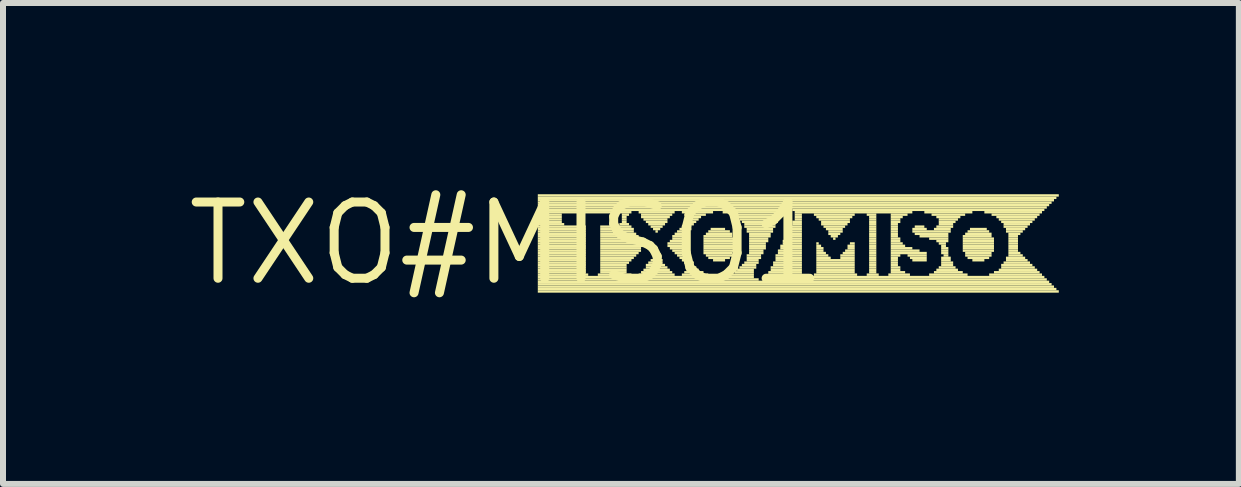
<source format=kicad_pcb>
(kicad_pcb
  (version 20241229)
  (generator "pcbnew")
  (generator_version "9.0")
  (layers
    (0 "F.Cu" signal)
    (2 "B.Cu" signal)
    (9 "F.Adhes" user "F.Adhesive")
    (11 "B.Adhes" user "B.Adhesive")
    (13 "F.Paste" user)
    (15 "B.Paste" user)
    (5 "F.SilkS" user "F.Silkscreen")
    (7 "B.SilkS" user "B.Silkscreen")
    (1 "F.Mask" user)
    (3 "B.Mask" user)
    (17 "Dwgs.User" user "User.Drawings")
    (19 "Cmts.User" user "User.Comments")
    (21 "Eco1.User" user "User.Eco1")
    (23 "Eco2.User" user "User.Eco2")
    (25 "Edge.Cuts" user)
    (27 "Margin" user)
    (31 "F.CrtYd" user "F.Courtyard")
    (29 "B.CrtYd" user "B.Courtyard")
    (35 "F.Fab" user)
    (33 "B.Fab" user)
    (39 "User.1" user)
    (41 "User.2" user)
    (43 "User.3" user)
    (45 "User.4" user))
  (footprint "TXO#MISO1"
    (layer "F.Cu")
    (at 5.39 1.006)
    (property "Reference" "TXO#MISO1" (at 0 0 0) (layer "F.SilkS") (effects (font (size 1.27 1.27) (thickness 0.15))))
    (attr through_hole)
    (fp_poly (pts (xy 0.52 -0.78) (xy 9.2 -0.78) (xy 9.2 -0.82) (xy 0.52 -0.82)) (stroke (width 0) (type solid)) (fill yes) (layer "F.SilkS"))
    (fp_poly (pts (xy 0.52 -0.74) (xy 9.16 -0.74) (xy 9.16 -0.78) (xy 0.52 -0.78)) (stroke (width 0) (type solid)) (fill yes) (layer "F.SilkS"))
    (fp_poly (pts (xy 0.52 -0.7) (xy 9.12 -0.7) (xy 9.12 -0.74) (xy 0.52 -0.74)) (stroke (width 0) (type solid)) (fill yes) (layer "F.SilkS"))
    (fp_poly (pts (xy 0.52 -0.66) (xy 9.08 -0.66) (xy 9.08 -0.7) (xy 0.52 -0.7)) (stroke (width 0) (type solid)) (fill yes) (layer "F.SilkS"))
    (fp_poly (pts (xy 0.52 -0.62) (xy 9.04 -0.62) (xy 9.04 -0.66) (xy 0.52 -0.66)) (stroke (width 0) (type solid)) (fill yes) (layer "F.SilkS"))
    (fp_poly (pts (xy 0.52 -0.58) (xy 9 -0.58) (xy 9 -0.62) (xy 0.52 -0.62)) (stroke (width 0) (type solid)) (fill yes) (layer "F.SilkS"))
    (fp_poly (pts (xy 0.52 -0.54) (xy 4.6 -0.54) (xy 4.6 -0.58) (xy 0.52 -0.58)) (stroke (width 0) (type solid)) (fill yes) (layer "F.SilkS"))
    (fp_poly (pts (xy 0.52 -0.5) (xy 2.08 -0.5) (xy 2.08 -0.54) (xy 0.52 -0.54)) (stroke (width 0) (type solid)) (fill yes) (layer "F.SilkS"))
    (fp_poly (pts (xy 0.52 -0.46) (xy 0.92 -0.46) (xy 0.92 -0.5) (xy 0.52 -0.5)) (stroke (width 0) (type solid)) (fill yes) (layer "F.SilkS"))
    (fp_poly (pts (xy 0.52 -0.42) (xy 0.92 -0.42) (xy 0.92 -0.46) (xy 0.52 -0.46)) (stroke (width 0) (type solid)) (fill yes) (layer "F.SilkS"))
    (fp_poly (pts (xy 0.52 -0.38) (xy 0.92 -0.38) (xy 0.92 -0.42) (xy 0.52 -0.42)) (stroke (width 0) (type solid)) (fill yes) (layer "F.SilkS"))
    (fp_poly (pts (xy 0.52 -0.34) (xy 0.92 -0.34) (xy 0.92 -0.38) (xy 0.52 -0.38)) (stroke (width 0) (type solid)) (fill yes) (layer "F.SilkS"))
    (fp_poly (pts (xy 0.52 -0.3) (xy 0.96 -0.3) (xy 0.96 -0.34) (xy 0.52 -0.34)) (stroke (width 0) (type solid)) (fill yes) (layer "F.SilkS"))
    (fp_poly (pts (xy 0.52 -0.26) (xy 1.32 -0.26) (xy 1.32 -0.3) (xy 0.52 -0.3)) (stroke (width 0) (type solid)) (fill yes) (layer "F.SilkS"))
    (fp_poly (pts (xy 0.52 -0.22) (xy 1.32 -0.22) (xy 1.32 -0.26) (xy 0.52 -0.26)) (stroke (width 0) (type solid)) (fill yes) (layer "F.SilkS"))
    (fp_poly (pts (xy 0.52 -0.18) (xy 1.32 -0.18) (xy 1.32 -0.22) (xy 0.52 -0.22)) (stroke (width 0) (type solid)) (fill yes) (layer "F.SilkS"))
    (fp_poly (pts (xy 0.52 -0.14) (xy 1.32 -0.14) (xy 1.32 -0.18) (xy 0.52 -0.18)) (stroke (width 0) (type solid)) (fill yes) (layer "F.SilkS"))
    (fp_poly (pts (xy 0.52 -0.1) (xy 1.32 -0.1) (xy 1.32 -0.14) (xy 0.52 -0.14)) (stroke (width 0) (type solid)) (fill yes) (layer "F.SilkS"))
    (fp_poly (pts (xy 0.52 -0.06) (xy 1.32 -0.06) (xy 1.32 -0.1) (xy 0.52 -0.1)) (stroke (width 0) (type solid)) (fill yes) (layer "F.SilkS"))
    (fp_poly (pts (xy 0.52 -0.02) (xy 1.32 -0.02) (xy 1.32 -0.06) (xy 0.52 -0.06)) (stroke (width 0) (type solid)) (fill yes) (layer "F.SilkS"))
    (fp_poly (pts (xy 0.52 0.02) (xy 1.32 0.02) (xy 1.32 -0.02) (xy 0.52 -0.02)) (stroke (width 0) (type solid)) (fill yes) (layer "F.SilkS"))
    (fp_poly (pts (xy 0.52 0.06) (xy 1.32 0.06) (xy 1.32 0.02) (xy 0.52 0.02)) (stroke (width 0) (type solid)) (fill yes) (layer "F.SilkS"))
    (fp_poly (pts (xy 0.52 0.1) (xy 1.32 0.1) (xy 1.32 0.06) (xy 0.52 0.06)) (stroke (width 0) (type solid)) (fill yes) (layer "F.SilkS"))
    (fp_poly (pts (xy 0.52 0.14) (xy 1.32 0.14) (xy 1.32 0.1) (xy 0.52 0.1)) (stroke (width 0) (type solid)) (fill yes) (layer "F.SilkS"))
    (fp_poly (pts (xy 0.52 0.18) (xy 1.32 0.18) (xy 1.32 0.14) (xy 0.52 0.14)) (stroke (width 0) (type solid)) (fill yes) (layer "F.SilkS"))
    (fp_poly (pts (xy 0.52 0.22) (xy 1.32 0.22) (xy 1.32 0.18) (xy 0.52 0.18)) (stroke (width 0) (type solid)) (fill yes) (layer "F.SilkS"))
    (fp_poly (pts (xy 0.52 0.26) (xy 1.32 0.26) (xy 1.32 0.22) (xy 0.52 0.22)) (stroke (width 0) (type solid)) (fill yes) (layer "F.SilkS"))
    (fp_poly (pts (xy 0.52 0.3) (xy 1.32 0.3) (xy 1.32 0.26) (xy 0.52 0.26)) (stroke (width 0) (type solid)) (fill yes) (layer "F.SilkS"))
    (fp_poly (pts (xy 0.52 0.34) (xy 1.32 0.34) (xy 1.32 0.3) (xy 0.52 0.3)) (stroke (width 0) (type solid)) (fill yes) (layer "F.SilkS"))
    (fp_poly (pts (xy 0.52 0.38) (xy 1.32 0.38) (xy 1.32 0.34) (xy 0.52 0.34)) (stroke (width 0) (type solid)) (fill yes) (layer "F.SilkS"))
    (fp_poly (pts (xy 0.52 0.42) (xy 1.32 0.42) (xy 1.32 0.38) (xy 0.52 0.38)) (stroke (width 0) (type solid)) (fill yes) (layer "F.SilkS"))
    (fp_poly (pts (xy 0.52 0.46) (xy 1.32 0.46) (xy 1.32 0.42) (xy 0.52 0.42)) (stroke (width 0) (type solid)) (fill yes) (layer "F.SilkS"))
    (fp_poly (pts (xy 0.52 0.5) (xy 1.32 0.5) (xy 1.32 0.46) (xy 0.52 0.46)) (stroke (width 0) (type solid)) (fill yes) (layer "F.SilkS"))
    (fp_poly (pts (xy 0.52 0.54) (xy 1.36 0.54) (xy 1.36 0.5) (xy 0.52 0.5)) (stroke (width 0) (type solid)) (fill yes) (layer "F.SilkS"))
    (fp_poly (pts (xy 0.52 0.58) (xy 4.12 0.58) (xy 4.12 0.54) (xy 0.52 0.54)) (stroke (width 0) (type solid)) (fill yes) (layer "F.SilkS"))
    (fp_poly (pts (xy 0.52 0.62) (xy 4.2 0.62) (xy 4.2 0.58) (xy 0.52 0.58)) (stroke (width 0) (type solid)) (fill yes) (layer "F.SilkS"))
    (fp_poly (pts (xy 0.52 0.66) (xy 9.04 0.66) (xy 9.04 0.62) (xy 0.52 0.62)) (stroke (width 0) (type solid)) (fill yes) (layer "F.SilkS"))
    (fp_poly (pts (xy 0.52 0.7) (xy 9.08 0.7) (xy 9.08 0.66) (xy 0.52 0.66)) (stroke (width 0) (type solid)) (fill yes) (layer "F.SilkS"))
    (fp_poly (pts (xy 0.52 0.74) (xy 9.12 0.74) (xy 9.12 0.7) (xy 0.52 0.7)) (stroke (width 0) (type solid)) (fill yes) (layer "F.SilkS"))
    (fp_poly (pts (xy 0.52 0.78) (xy 9.16 0.78) (xy 9.16 0.74) (xy 0.52 0.74)) (stroke (width 0) (type solid)) (fill yes) (layer "F.SilkS"))
    (fp_poly (pts (xy 0.52 0.82) (xy 9.2 0.82) (xy 9.2 0.78) (xy 0.52 0.78)) (stroke (width 0) (type solid)) (fill yes) (layer "F.SilkS"))
    (fp_poly (pts (xy 1.52 0.54) (xy 2.08 0.54) (xy 2.08 0.5) (xy 1.52 0.5)) (stroke (width 0) (type solid)) (fill yes) (layer "F.SilkS"))
    (fp_poly (pts (xy 1.56 -0.26) (xy 2.08 -0.26) (xy 2.08 -0.3) (xy 1.56 -0.3)) (stroke (width 0) (type solid)) (fill yes) (layer "F.SilkS"))
    (fp_poly (pts (xy 1.56 -0.22) (xy 2.12 -0.22) (xy 2.12 -0.26) (xy 1.56 -0.26)) (stroke (width 0) (type solid)) (fill yes) (layer "F.SilkS"))
    (fp_poly (pts (xy 1.56 -0.18) (xy 2.12 -0.18) (xy 2.12 -0.22) (xy 1.56 -0.22)) (stroke (width 0) (type solid)) (fill yes) (layer "F.SilkS"))
    (fp_poly (pts (xy 1.56 -0.14) (xy 2.16 -0.14) (xy 2.16 -0.18) (xy 1.56 -0.18)) (stroke (width 0) (type solid)) (fill yes) (layer "F.SilkS"))
    (fp_poly (pts (xy 1.56 -0.1) (xy 2.2 -0.1) (xy 2.2 -0.14) (xy 1.56 -0.14)) (stroke (width 0) (type solid)) (fill yes) (layer "F.SilkS"))
    (fp_poly (pts (xy 1.56 -0.06) (xy 2.24 -0.06) (xy 2.24 -0.1) (xy 1.56 -0.1)) (stroke (width 0) (type solid)) (fill yes) (layer "F.SilkS"))
    (fp_poly (pts (xy 1.56 -0.02) (xy 2.28 -0.02) (xy 2.28 -0.06) (xy 1.56 -0.06)) (stroke (width 0) (type solid)) (fill yes) (layer "F.SilkS"))
    (fp_poly (pts (xy 1.56 0.02) (xy 2.32 0.02) (xy 2.32 -0.02) (xy 1.56 -0.02)) (stroke (width 0) (type solid)) (fill yes) (layer "F.SilkS"))
    (fp_poly (pts (xy 1.56 0.06) (xy 2.28 0.06) (xy 2.28 0.02) (xy 1.56 0.02)) (stroke (width 0) (type solid)) (fill yes) (layer "F.SilkS"))
    (fp_poly (pts (xy 1.56 0.1) (xy 2.24 0.1) (xy 2.24 0.06) (xy 1.56 0.06)) (stroke (width 0) (type solid)) (fill yes) (layer "F.SilkS"))
    (fp_poly (pts (xy 1.56 0.14) (xy 2.24 0.14) (xy 2.24 0.1) (xy 1.56 0.1)) (stroke (width 0) (type solid)) (fill yes) (layer "F.SilkS"))
    (fp_poly (pts (xy 1.56 0.18) (xy 2.2 0.18) (xy 2.2 0.14) (xy 1.56 0.14)) (stroke (width 0) (type solid)) (fill yes) (layer "F.SilkS"))
    (fp_poly (pts (xy 1.56 0.22) (xy 2.16 0.22) (xy 2.16 0.18) (xy 1.56 0.18)) (stroke (width 0) (type solid)) (fill yes) (layer "F.SilkS"))
    (fp_poly (pts (xy 1.56 0.26) (xy 2.12 0.26) (xy 2.12 0.22) (xy 1.56 0.22)) (stroke (width 0) (type solid)) (fill yes) (layer "F.SilkS"))
    (fp_poly (pts (xy 1.56 0.3) (xy 2.08 0.3) (xy 2.08 0.26) (xy 1.56 0.26)) (stroke (width 0) (type solid)) (fill yes) (layer "F.SilkS"))
    (fp_poly (pts (xy 1.56 0.34) (xy 2.04 0.34) (xy 2.04 0.3) (xy 1.56 0.3)) (stroke (width 0) (type solid)) (fill yes) (layer "F.SilkS"))
    (fp_poly (pts (xy 1.56 0.38) (xy 2 0.38) (xy 2 0.34) (xy 1.56 0.34)) (stroke (width 0) (type solid)) (fill yes) (layer "F.SilkS"))
    (fp_poly (pts (xy 1.56 0.42) (xy 2 0.42) (xy 2 0.38) (xy 1.56 0.38)) (stroke (width 0) (type solid)) (fill yes) (layer "F.SilkS"))
    (fp_poly (pts (xy 1.56 0.46) (xy 2 0.46) (xy 2 0.42) (xy 1.56 0.42)) (stroke (width 0) (type solid)) (fill yes) (layer "F.SilkS"))
    (fp_poly (pts (xy 1.56 0.5) (xy 2 0.5) (xy 2 0.46) (xy 1.56 0.46)) (stroke (width 0) (type solid)) (fill yes) (layer "F.SilkS"))
    (fp_poly (pts (xy 1.88 -0.3) (xy 2.04 -0.3) (xy 2.04 -0.34) (xy 1.88 -0.34)) (stroke (width 0) (type solid)) (fill yes) (layer "F.SilkS"))
    (fp_poly (pts (xy 1.92 -0.46) (xy 2.04 -0.46) (xy 2.04 -0.5) (xy 1.92 -0.5)) (stroke (width 0) (type solid)) (fill yes) (layer "F.SilkS"))
    (fp_poly (pts (xy 1.92 -0.42) (xy 2 -0.42) (xy 2 -0.46) (xy 1.92 -0.46)) (stroke (width 0) (type solid)) (fill yes) (layer "F.SilkS"))
    (fp_poly (pts (xy 1.92 -0.38) (xy 2 -0.38) (xy 2 -0.42) (xy 1.92 -0.42)) (stroke (width 0) (type solid)) (fill yes) (layer "F.SilkS"))
    (fp_poly (pts (xy 1.92 -0.34) (xy 2 -0.34) (xy 2 -0.38) (xy 1.92 -0.38)) (stroke (width 0) (type solid)) (fill yes) (layer "F.SilkS"))
    (fp_poly (pts (xy 2.2 -0.5) (xy 2.8 -0.5) (xy 2.8 -0.54) (xy 2.2 -0.54)) (stroke (width 0) (type solid)) (fill yes) (layer "F.SilkS"))
    (fp_poly (pts (xy 2.2 0.54) (xy 2.8 0.54) (xy 2.8 0.5) (xy 2.2 0.5)) (stroke (width 0) (type solid)) (fill yes) (layer "F.SilkS"))
    (fp_poly (pts (xy 2.24 -0.46) (xy 2.76 -0.46) (xy 2.76 -0.5) (xy 2.24 -0.5)) (stroke (width 0) (type solid)) (fill yes) (layer "F.SilkS"))
    (fp_poly (pts (xy 2.24 -0.42) (xy 2.72 -0.42) (xy 2.72 -0.46) (xy 2.24 -0.46)) (stroke (width 0) (type solid)) (fill yes) (layer "F.SilkS"))
    (fp_poly (pts (xy 2.24 0.5) (xy 2.76 0.5) (xy 2.76 0.46) (xy 2.24 0.46)) (stroke (width 0) (type solid)) (fill yes) (layer "F.SilkS"))
    (fp_poly (pts (xy 2.28 -0.38) (xy 2.68 -0.38) (xy 2.68 -0.42) (xy 2.28 -0.42)) (stroke (width 0) (type solid)) (fill yes) (layer "F.SilkS"))
    (fp_poly (pts (xy 2.28 0.46) (xy 2.72 0.46) (xy 2.72 0.42) (xy 2.28 0.42)) (stroke (width 0) (type solid)) (fill yes) (layer "F.SilkS"))
    (fp_poly (pts (xy 2.32 -0.34) (xy 2.68 -0.34) (xy 2.68 -0.38) (xy 2.32 -0.38)) (stroke (width 0) (type solid)) (fill yes) (layer "F.SilkS"))
    (fp_poly (pts (xy 2.32 0.38) (xy 2.64 0.38) (xy 2.64 0.34) (xy 2.32 0.34)) (stroke (width 0) (type solid)) (fill yes) (layer "F.SilkS"))
    (fp_poly (pts (xy 2.32 0.42) (xy 2.68 0.42) (xy 2.68 0.38) (xy 2.32 0.38)) (stroke (width 0) (type solid)) (fill yes) (layer "F.SilkS"))
    (fp_poly (pts (xy 2.36 -0.3) (xy 2.64 -0.3) (xy 2.64 -0.34) (xy 2.36 -0.34)) (stroke (width 0) (type solid)) (fill yes) (layer "F.SilkS"))
    (fp_poly (pts (xy 2.36 0.34) (xy 2.6 0.34) (xy 2.6 0.3) (xy 2.36 0.3)) (stroke (width 0) (type solid)) (fill yes) (layer "F.SilkS"))
    (fp_poly (pts (xy 2.4 -0.26) (xy 2.6 -0.26) (xy 2.6 -0.3) (xy 2.4 -0.3)) (stroke (width 0) (type solid)) (fill yes) (layer "F.SilkS"))
    (fp_poly (pts (xy 2.4 0.3) (xy 2.6 0.3) (xy 2.6 0.26) (xy 2.4 0.26)) (stroke (width 0) (type solid)) (fill yes) (layer "F.SilkS"))
    (fp_poly (pts (xy 2.44 -0.22) (xy 2.56 -0.22) (xy 2.56 -0.26) (xy 2.44 -0.26)) (stroke (width 0) (type solid)) (fill yes) (layer "F.SilkS"))
    (fp_poly (pts (xy 2.44 0.26) (xy 2.56 0.26) (xy 2.56 0.22) (xy 2.44 0.22)) (stroke (width 0) (type solid)) (fill yes) (layer "F.SilkS"))
    (fp_poly (pts (xy 2.48 -0.18) (xy 2.52 -0.18) (xy 2.52 -0.22) (xy 2.48 -0.22)) (stroke (width 0) (type solid)) (fill yes) (layer "F.SilkS"))
    (fp_poly (pts (xy 2.48 0.22) (xy 2.52 0.22) (xy 2.52 0.18) (xy 2.48 0.18)) (stroke (width 0) (type solid)) (fill yes) (layer "F.SilkS"))
    (fp_poly (pts (xy 2.68 0.02) (xy 3 0.02) (xy 3 -0.02) (xy 2.68 -0.02)) (stroke (width 0) (type solid)) (fill yes) (layer "F.SilkS"))
    (fp_poly (pts (xy 2.68 0.06) (xy 3 0.06) (xy 3 0.02) (xy 2.68 0.02)) (stroke (width 0) (type solid)) (fill yes) (layer "F.SilkS"))
    (fp_poly (pts (xy 2.72 -0.02) (xy 3 -0.02) (xy 3 -0.06) (xy 2.72 -0.06)) (stroke (width 0) (type solid)) (fill yes) (layer "F.SilkS"))
    (fp_poly (pts (xy 2.72 0.1) (xy 3 0.1) (xy 3 0.06) (xy 2.72 0.06)) (stroke (width 0) (type solid)) (fill yes) (layer "F.SilkS"))
    (fp_poly (pts (xy 2.76 -0.1) (xy 3.04 -0.1) (xy 3.04 -0.14) (xy 2.76 -0.14)) (stroke (width 0) (type solid)) (fill yes) (layer "F.SilkS"))
    (fp_poly (pts (xy 2.76 -0.06) (xy 3.04 -0.06) (xy 3.04 -0.1) (xy 2.76 -0.1)) (stroke (width 0) (type solid)) (fill yes) (layer "F.SilkS"))
    (fp_poly (pts (xy 2.76 0.14) (xy 3.04 0.14) (xy 3.04 0.1) (xy 2.76 0.1)) (stroke (width 0) (type solid)) (fill yes) (layer "F.SilkS"))
    (fp_poly (pts (xy 2.8 -0.14) (xy 3.04 -0.14) (xy 3.04 -0.18) (xy 2.8 -0.18)) (stroke (width 0) (type solid)) (fill yes) (layer "F.SilkS"))
    (fp_poly (pts (xy 2.8 0.18) (xy 3.04 0.18) (xy 3.04 0.14) (xy 2.8 0.14)) (stroke (width 0) (type solid)) (fill yes) (layer "F.SilkS"))
    (fp_poly (pts (xy 2.84 -0.18) (xy 3.04 -0.18) (xy 3.04 -0.22) (xy 2.84 -0.22)) (stroke (width 0) (type solid)) (fill yes) (layer "F.SilkS"))
    (fp_poly (pts (xy 2.84 0.22) (xy 3.04 0.22) (xy 3.04 0.18) (xy 2.84 0.18)) (stroke (width 0) (type solid)) (fill yes) (layer "F.SilkS"))
    (fp_poly (pts (xy 2.88 -0.22) (xy 3.08 -0.22) (xy 3.08 -0.26) (xy 2.88 -0.26)) (stroke (width 0) (type solid)) (fill yes) (layer "F.SilkS"))
    (fp_poly (pts (xy 2.88 0.26) (xy 3.04 0.26) (xy 3.04 0.22) (xy 2.88 0.22)) (stroke (width 0) (type solid)) (fill yes) (layer "F.SilkS"))
    (fp_poly (pts (xy 2.92 -0.5) (xy 3.44 -0.5) (xy 3.44 -0.54) (xy 2.92 -0.54)) (stroke (width 0) (type solid)) (fill yes) (layer "F.SilkS"))
    (fp_poly (pts (xy 2.92 -0.26) (xy 3.08 -0.26) (xy 3.08 -0.3) (xy 2.92 -0.3)) (stroke (width 0) (type solid)) (fill yes) (layer "F.SilkS"))
    (fp_poly (pts (xy 2.92 0.3) (xy 3.08 0.3) (xy 3.08 0.26) (xy 2.92 0.26)) (stroke (width 0) (type solid)) (fill yes) (layer "F.SilkS"))
    (fp_poly (pts (xy 2.92 0.54) (xy 3.36 0.54) (xy 3.36 0.5) (xy 2.92 0.5)) (stroke (width 0) (type solid)) (fill yes) (layer "F.SilkS"))
    (fp_poly (pts (xy 2.96 -0.46) (xy 3.32 -0.46) (xy 3.32 -0.5) (xy 2.96 -0.5)) (stroke (width 0) (type solid)) (fill yes) (layer "F.SilkS"))
    (fp_poly (pts (xy 2.96 -0.3) (xy 3.12 -0.3) (xy 3.12 -0.34) (xy 2.96 -0.34)) (stroke (width 0) (type solid)) (fill yes) (layer "F.SilkS"))
    (fp_poly (pts (xy 2.96 0.34) (xy 3.12 0.34) (xy 3.12 0.3) (xy 2.96 0.3)) (stroke (width 0) (type solid)) (fill yes) (layer "F.SilkS"))
    (fp_poly (pts (xy 2.96 0.5) (xy 3.28 0.5) (xy 3.28 0.46) (xy 2.96 0.46)) (stroke (width 0) (type solid)) (fill yes) (layer "F.SilkS"))
    (fp_poly (pts (xy 3 -0.42) (xy 3.24 -0.42) (xy 3.24 -0.46) (xy 3 -0.46)) (stroke (width 0) (type solid)) (fill yes) (layer "F.SilkS"))
    (fp_poly (pts (xy 3 -0.38) (xy 3.2 -0.38) (xy 3.2 -0.42) (xy 3 -0.42)) (stroke (width 0) (type solid)) (fill yes) (layer "F.SilkS"))
    (fp_poly (pts (xy 3 -0.34) (xy 3.16 -0.34) (xy 3.16 -0.38) (xy 3 -0.38)) (stroke (width 0) (type solid)) (fill yes) (layer "F.SilkS"))
    (fp_poly (pts (xy 3 0.38) (xy 3.12 0.38) (xy 3.12 0.34) (xy 3 0.34)) (stroke (width 0) (type solid)) (fill yes) (layer "F.SilkS"))
    (fp_poly (pts (xy 3 0.42) (xy 3.16 0.42) (xy 3.16 0.38) (xy 3 0.38)) (stroke (width 0) (type solid)) (fill yes) (layer "F.SilkS"))
    (fp_poly (pts (xy 3 0.46) (xy 3.2 0.46) (xy 3.2 0.42) (xy 3 0.42)) (stroke (width 0) (type solid)) (fill yes) (layer "F.SilkS"))
    (fp_poly (pts (xy 3.28 -0.1) (xy 3.76 -0.1) (xy 3.76 -0.14) (xy 3.28 -0.14)) (stroke (width 0) (type solid)) (fill yes) (layer "F.SilkS"))
    (fp_poly (pts (xy 3.28 -0.06) (xy 3.8 -0.06) (xy 3.8 -0.1) (xy 3.28 -0.1)) (stroke (width 0) (type solid)) (fill yes) (layer "F.SilkS"))
    (fp_poly (pts (xy 3.28 -0.02) (xy 3.8 -0.02) (xy 3.8 -0.06) (xy 3.28 -0.06)) (stroke (width 0) (type solid)) (fill yes) (layer "F.SilkS"))
    (fp_poly (pts (xy 3.28 0.02) (xy 3.8 0.02) (xy 3.8 -0.02) (xy 3.28 -0.02)) (stroke (width 0) (type solid)) (fill yes) (layer "F.SilkS"))
    (fp_poly (pts (xy 3.28 0.06) (xy 3.8 0.06) (xy 3.8 0.02) (xy 3.28 0.02)) (stroke (width 0) (type solid)) (fill yes) (layer "F.SilkS"))
    (fp_poly (pts (xy 3.28 0.1) (xy 3.8 0.1) (xy 3.8 0.06) (xy 3.28 0.06)) (stroke (width 0) (type solid)) (fill yes) (layer "F.SilkS"))
    (fp_poly (pts (xy 3.28 0.14) (xy 3.8 0.14) (xy 3.8 0.1) (xy 3.28 0.1)) (stroke (width 0) (type solid)) (fill yes) (layer "F.SilkS"))
    (fp_poly (pts (xy 3.28 0.18) (xy 3.76 0.18) (xy 3.76 0.14) (xy 3.28 0.14)) (stroke (width 0) (type solid)) (fill yes) (layer "F.SilkS"))
    (fp_poly (pts (xy 3.32 -0.14) (xy 3.76 -0.14) (xy 3.76 -0.18) (xy 3.32 -0.18)) (stroke (width 0) (type solid)) (fill yes) (layer "F.SilkS"))
    (fp_poly (pts (xy 3.32 0.22) (xy 3.76 0.22) (xy 3.76 0.18) (xy 3.32 0.18)) (stroke (width 0) (type solid)) (fill yes) (layer "F.SilkS"))
    (fp_poly (pts (xy 3.36 -0.18) (xy 3.72 -0.18) (xy 3.72 -0.22) (xy 3.36 -0.22)) (stroke (width 0) (type solid)) (fill yes) (layer "F.SilkS"))
    (fp_poly (pts (xy 3.36 0.26) (xy 3.72 0.26) (xy 3.72 0.22) (xy 3.36 0.22)) (stroke (width 0) (type solid)) (fill yes) (layer "F.SilkS"))
    (fp_poly (pts (xy 3.4 -0.22) (xy 3.64 -0.22) (xy 3.64 -0.26) (xy 3.4 -0.26)) (stroke (width 0) (type solid)) (fill yes) (layer "F.SilkS"))
    (fp_poly (pts (xy 3.44 0.3) (xy 3.64 0.3) (xy 3.64 0.26) (xy 3.44 0.26)) (stroke (width 0) (type solid)) (fill yes) (layer "F.SilkS"))
    (fp_poly (pts (xy 3.6 -0.5) (xy 4.6 -0.5) (xy 4.6 -0.54) (xy 3.6 -0.54)) (stroke (width 0) (type solid)) (fill yes) (layer "F.SilkS"))
    (fp_poly (pts (xy 3.72 0.54) (xy 4.12 0.54) (xy 4.12 0.5) (xy 3.72 0.5)) (stroke (width 0) (type solid)) (fill yes) (layer "F.SilkS"))
    (fp_poly (pts (xy 3.76 -0.46) (xy 4.56 -0.46) (xy 4.56 -0.5) (xy 3.76 -0.5)) (stroke (width 0) (type solid)) (fill yes) (layer "F.SilkS"))
    (fp_poly (pts (xy 3.8 -0.42) (xy 4.56 -0.42) (xy 4.56 -0.46) (xy 3.8 -0.46)) (stroke (width 0) (type solid)) (fill yes) (layer "F.SilkS"))
    (fp_poly (pts (xy 3.8 0.5) (xy 4.12 0.5) (xy 4.12 0.46) (xy 3.8 0.46)) (stroke (width 0) (type solid)) (fill yes) (layer "F.SilkS"))
    (fp_poly (pts (xy 3.84 0.46) (xy 4.12 0.46) (xy 4.12 0.42) (xy 3.84 0.42)) (stroke (width 0) (type solid)) (fill yes) (layer "F.SilkS"))
    (fp_poly (pts (xy 3.88 -0.38) (xy 4.52 -0.38) (xy 4.52 -0.42) (xy 3.88 -0.42)) (stroke (width 0) (type solid)) (fill yes) (layer "F.SilkS"))
    (fp_poly (pts (xy 3.88 0.42) (xy 4.16 0.42) (xy 4.16 0.38) (xy 3.88 0.38)) (stroke (width 0) (type solid)) (fill yes) (layer "F.SilkS"))
    (fp_poly (pts (xy 3.92 -0.34) (xy 4.52 -0.34) (xy 4.52 -0.38) (xy 3.92 -0.38)) (stroke (width 0) (type solid)) (fill yes) (layer "F.SilkS"))
    (fp_poly (pts (xy 3.92 0.38) (xy 4.16 0.38) (xy 4.16 0.34) (xy 3.92 0.34)) (stroke (width 0) (type solid)) (fill yes) (layer "F.SilkS"))
    (fp_poly (pts (xy 3.96 -0.3) (xy 4.48 -0.3) (xy 4.48 -0.34) (xy 3.96 -0.34)) (stroke (width 0) (type solid)) (fill yes) (layer "F.SilkS"))
    (fp_poly (pts (xy 3.96 -0.26) (xy 4.48 -0.26) (xy 4.48 -0.3) (xy 3.96 -0.3)) (stroke (width 0) (type solid)) (fill yes) (layer "F.SilkS"))
    (fp_poly (pts (xy 3.96 0.34) (xy 4.2 0.34) (xy 4.2 0.3) (xy 3.96 0.3)) (stroke (width 0) (type solid)) (fill yes) (layer "F.SilkS"))
    (fp_poly (pts (xy 4 -0.22) (xy 4.44 -0.22) (xy 4.44 -0.26) (xy 4 -0.26)) (stroke (width 0) (type solid)) (fill yes) (layer "F.SilkS"))
    (fp_poly (pts (xy 4 -0.18) (xy 4.44 -0.18) (xy 4.44 -0.22) (xy 4 -0.22)) (stroke (width 0) (type solid)) (fill yes) (layer "F.SilkS"))
    (fp_poly (pts (xy 4 0.22) (xy 4.24 0.22) (xy 4.24 0.18) (xy 4 0.18)) (stroke (width 0) (type solid)) (fill yes) (layer "F.SilkS"))
    (fp_poly (pts (xy 4 0.26) (xy 4.24 0.26) (xy 4.24 0.22) (xy 4 0.22)) (stroke (width 0) (type solid)) (fill yes) (layer "F.SilkS"))
    (fp_poly (pts (xy 4 0.3) (xy 4.2 0.3) (xy 4.2 0.26) (xy 4 0.26)) (stroke (width 0) (type solid)) (fill yes) (layer "F.SilkS"))
    (fp_poly (pts (xy 4.04 -0.14) (xy 4.4 -0.14) (xy 4.4 -0.18) (xy 4.04 -0.18)) (stroke (width 0) (type solid)) (fill yes) (layer "F.SilkS"))
    (fp_poly (pts (xy 4.04 -0.1) (xy 4.4 -0.1) (xy 4.4 -0.14) (xy 4.04 -0.14)) (stroke (width 0) (type solid)) (fill yes) (layer "F.SilkS"))
    (fp_poly (pts (xy 4.04 -0.06) (xy 4.36 -0.06) (xy 4.36 -0.1) (xy 4.04 -0.1)) (stroke (width 0) (type solid)) (fill yes) (layer "F.SilkS"))
    (fp_poly (pts (xy 4.04 -0.02) (xy 4.36 -0.02) (xy 4.36 -0.06) (xy 4.04 -0.06)) (stroke (width 0) (type solid)) (fill yes) (layer "F.SilkS"))
    (fp_poly (pts (xy 4.04 0.02) (xy 4.32 0.02) (xy 4.32 -0.02) (xy 4.04 -0.02)) (stroke (width 0) (type solid)) (fill yes) (layer "F.SilkS"))
    (fp_poly (pts (xy 4.04 0.06) (xy 4.32 0.06) (xy 4.32 0.02) (xy 4.04 0.02)) (stroke (width 0) (type solid)) (fill yes) (layer "F.SilkS"))
    (fp_poly (pts (xy 4.04 0.1) (xy 4.32 0.1) (xy 4.32 0.06) (xy 4.04 0.06)) (stroke (width 0) (type solid)) (fill yes) (layer "F.SilkS"))
    (fp_poly (pts (xy 4.04 0.14) (xy 4.28 0.14) (xy 4.28 0.1) (xy 4.04 0.1)) (stroke (width 0) (type solid)) (fill yes) (layer "F.SilkS"))
    (fp_poly (pts (xy 4.04 0.18) (xy 4.28 0.18) (xy 4.28 0.14) (xy 4.04 0.14)) (stroke (width 0) (type solid)) (fill yes) (layer "F.SilkS"))
    (fp_poly (pts (xy 4.32 0.58) (xy 8.96 0.58) (xy 8.96 0.54) (xy 4.32 0.54)) (stroke (width 0) (type solid)) (fill yes) (layer "F.SilkS"))
    (fp_poly (pts (xy 4.32 0.62) (xy 9 0.62) (xy 9 0.58) (xy 4.32 0.58)) (stroke (width 0) (type solid)) (fill yes) (layer "F.SilkS"))
    (fp_poly (pts (xy 4.36 0.5) (xy 4.92 0.5) (xy 4.92 0.46) (xy 4.36 0.46)) (stroke (width 0) (type solid)) (fill yes) (layer "F.SilkS"))
    (fp_poly (pts (xy 4.36 0.54) (xy 4.92 0.54) (xy 4.92 0.5) (xy 4.36 0.5)) (stroke (width 0) (type solid)) (fill yes) (layer "F.SilkS"))
    (fp_poly (pts (xy 4.4 0.42) (xy 4.92 0.42) (xy 4.92 0.38) (xy 4.4 0.38)) (stroke (width 0) (type solid)) (fill yes) (layer "F.SilkS"))
    (fp_poly (pts (xy 4.4 0.46) (xy 4.92 0.46) (xy 4.92 0.42) (xy 4.4 0.42)) (stroke (width 0) (type solid)) (fill yes) (layer "F.SilkS"))
    (fp_poly (pts (xy 4.44 0.34) (xy 4.92 0.34) (xy 4.92 0.3) (xy 4.44 0.3)) (stroke (width 0) (type solid)) (fill yes) (layer "F.SilkS"))
    (fp_poly (pts (xy 4.44 0.38) (xy 4.92 0.38) (xy 4.92 0.34) (xy 4.44 0.34)) (stroke (width 0) (type solid)) (fill yes) (layer "F.SilkS"))
    (fp_poly (pts (xy 4.48 0.22) (xy 4.92 0.22) (xy 4.92 0.18) (xy 4.48 0.18)) (stroke (width 0) (type solid)) (fill yes) (layer "F.SilkS"))
    (fp_poly (pts (xy 4.48 0.26) (xy 4.92 0.26) (xy 4.92 0.22) (xy 4.48 0.22)) (stroke (width 0) (type solid)) (fill yes) (layer "F.SilkS"))
    (fp_poly (pts (xy 4.48 0.3) (xy 4.92 0.3) (xy 4.92 0.26) (xy 4.48 0.26)) (stroke (width 0) (type solid)) (fill yes) (layer "F.SilkS"))
    (fp_poly (pts (xy 4.52 0.14) (xy 4.92 0.14) (xy 4.92 0.1) (xy 4.52 0.1)) (stroke (width 0) (type solid)) (fill yes) (layer "F.SilkS"))
    (fp_poly (pts (xy 4.52 0.18) (xy 4.92 0.18) (xy 4.92 0.14) (xy 4.52 0.14)) (stroke (width 0) (type solid)) (fill yes) (layer "F.SilkS"))
    (fp_poly (pts (xy 4.56 0.06) (xy 4.92 0.06) (xy 4.92 0.02) (xy 4.56 0.02)) (stroke (width 0) (type solid)) (fill yes) (layer "F.SilkS"))
    (fp_poly (pts (xy 4.56 0.1) (xy 4.92 0.1) (xy 4.92 0.06) (xy 4.56 0.06)) (stroke (width 0) (type solid)) (fill yes) (layer "F.SilkS"))
    (fp_poly (pts (xy 4.6 -0.02) (xy 4.92 -0.02) (xy 4.92 -0.06) (xy 4.6 -0.06)) (stroke (width 0) (type solid)) (fill yes) (layer "F.SilkS"))
    (fp_poly (pts (xy 4.6 0.02) (xy 4.92 0.02) (xy 4.92 -0.02) (xy 4.6 -0.02)) (stroke (width 0) (type solid)) (fill yes) (layer "F.SilkS"))
    (fp_poly (pts (xy 4.64 -0.1) (xy 4.92 -0.1) (xy 4.92 -0.14) (xy 4.64 -0.14)) (stroke (width 0) (type solid)) (fill yes) (layer "F.SilkS"))
    (fp_poly (pts (xy 4.64 -0.06) (xy 4.92 -0.06) (xy 4.92 -0.1) (xy 4.64 -0.1)) (stroke (width 0) (type solid)) (fill yes) (layer "F.SilkS"))
    (fp_poly (pts (xy 4.68 -0.18) (xy 4.92 -0.18) (xy 4.92 -0.22) (xy 4.68 -0.22)) (stroke (width 0) (type solid)) (fill yes) (layer "F.SilkS"))
    (fp_poly (pts (xy 4.68 -0.14) (xy 4.92 -0.14) (xy 4.92 -0.18) (xy 4.68 -0.18)) (stroke (width 0) (type solid)) (fill yes) (layer "F.SilkS"))
    (fp_poly (pts (xy 4.72 -0.26) (xy 4.92 -0.26) (xy 4.92 -0.3) (xy 4.72 -0.3)) (stroke (width 0) (type solid)) (fill yes) (layer "F.SilkS"))
    (fp_poly (pts (xy 4.72 -0.22) (xy 4.92 -0.22) (xy 4.92 -0.26) (xy 4.72 -0.26)) (stroke (width 0) (type solid)) (fill yes) (layer "F.SilkS"))
    (fp_poly (pts (xy 4.76 -0.54) (xy 8.96 -0.54) (xy 8.96 -0.58) (xy 4.76 -0.58)) (stroke (width 0) (type solid)) (fill yes) (layer "F.SilkS"))
    (fp_poly (pts (xy 4.76 -0.34) (xy 4.92 -0.34) (xy 4.92 -0.38) (xy 4.76 -0.38)) (stroke (width 0) (type solid)) (fill yes) (layer "F.SilkS"))
    (fp_poly (pts (xy 4.76 -0.3) (xy 4.92 -0.3) (xy 4.92 -0.34) (xy 4.76 -0.34)) (stroke (width 0) (type solid)) (fill yes) (layer "F.SilkS"))
    (fp_poly (pts (xy 4.8 -0.5) (xy 6.76 -0.5) (xy 6.76 -0.54) (xy 4.8 -0.54)) (stroke (width 0) (type solid)) (fill yes) (layer "F.SilkS"))
    (fp_poly (pts (xy 4.8 -0.46) (xy 4.92 -0.46) (xy 4.92 -0.5) (xy 4.8 -0.5)) (stroke (width 0) (type solid)) (fill yes) (layer "F.SilkS"))
    (fp_poly (pts (xy 4.8 -0.42) (xy 4.92 -0.42) (xy 4.92 -0.46) (xy 4.8 -0.46)) (stroke (width 0) (type solid)) (fill yes) (layer "F.SilkS"))
    (fp_poly (pts (xy 4.8 -0.38) (xy 4.92 -0.38) (xy 4.92 -0.42) (xy 4.8 -0.42)) (stroke (width 0) (type solid)) (fill yes) (layer "F.SilkS"))
    (fp_poly (pts (xy 5.12 -0.46) (xy 5.8 -0.46) (xy 5.8 -0.5) (xy 5.12 -0.5)) (stroke (width 0) (type solid)) (fill yes) (layer "F.SilkS"))
    (fp_poly (pts (xy 5.12 0.54) (xy 5.84 0.54) (xy 5.84 0.5) (xy 5.12 0.5)) (stroke (width 0) (type solid)) (fill yes) (layer "F.SilkS"))
    (fp_poly (pts (xy 5.16 -0.42) (xy 5.76 -0.42) (xy 5.76 -0.46) (xy 5.16 -0.46)) (stroke (width 0) (type solid)) (fill yes) (layer "F.SilkS"))
    (fp_poly (pts (xy 5.16 0.02) (xy 5.2 0.02) (xy 5.2 -0.02) (xy 5.16 -0.02)) (stroke (width 0) (type solid)) (fill yes) (layer "F.SilkS"))
    (fp_poly (pts (xy 5.16 0.06) (xy 5.24 0.06) (xy 5.24 0.02) (xy 5.16 0.02)) (stroke (width 0) (type solid)) (fill yes) (layer "F.SilkS"))
    (fp_poly (pts (xy 5.16 0.1) (xy 5.28 0.1) (xy 5.28 0.06) (xy 5.16 0.06)) (stroke (width 0) (type solid)) (fill yes) (layer "F.SilkS"))
    (fp_poly (pts (xy 5.16 0.14) (xy 5.28 0.14) (xy 5.28 0.1) (xy 5.16 0.1)) (stroke (width 0) (type solid)) (fill yes) (layer "F.SilkS"))
    (fp_poly (pts (xy 5.16 0.18) (xy 5.32 0.18) (xy 5.32 0.14) (xy 5.16 0.14)) (stroke (width 0) (type solid)) (fill yes) (layer "F.SilkS"))
    (fp_poly (pts (xy 5.16 0.22) (xy 5.36 0.22) (xy 5.36 0.18) (xy 5.16 0.18)) (stroke (width 0) (type solid)) (fill yes) (layer "F.SilkS"))
    (fp_poly (pts (xy 5.16 0.26) (xy 5.4 0.26) (xy 5.4 0.22) (xy 5.16 0.22)) (stroke (width 0) (type solid)) (fill yes) (layer "F.SilkS"))
    (fp_poly (pts (xy 5.16 0.3) (xy 5.8 0.3) (xy 5.8 0.26) (xy 5.16 0.26)) (stroke (width 0) (type solid)) (fill yes) (layer "F.SilkS"))
    (fp_poly (pts (xy 5.16 0.34) (xy 5.8 0.34) (xy 5.8 0.3) (xy 5.16 0.3)) (stroke (width 0) (type solid)) (fill yes) (layer "F.SilkS"))
    (fp_poly (pts (xy 5.16 0.38) (xy 5.8 0.38) (xy 5.8 0.34) (xy 5.16 0.34)) (stroke (width 0) (type solid)) (fill yes) (layer "F.SilkS"))
    (fp_poly (pts (xy 5.16 0.42) (xy 5.8 0.42) (xy 5.8 0.38) (xy 5.16 0.38)) (stroke (width 0) (type solid)) (fill yes) (layer "F.SilkS"))
    (fp_poly (pts (xy 5.16 0.46) (xy 5.8 0.46) (xy 5.8 0.42) (xy 5.16 0.42)) (stroke (width 0) (type solid)) (fill yes) (layer "F.SilkS"))
    (fp_poly (pts (xy 5.16 0.5) (xy 5.8 0.5) (xy 5.8 0.46) (xy 5.16 0.46)) (stroke (width 0) (type solid)) (fill yes) (layer "F.SilkS"))
    (fp_poly (pts (xy 5.2 -0.38) (xy 5.72 -0.38) (xy 5.72 -0.42) (xy 5.2 -0.42)) (stroke (width 0) (type solid)) (fill yes) (layer "F.SilkS"))
    (fp_poly (pts (xy 5.24 -0.34) (xy 5.72 -0.34) (xy 5.72 -0.38) (xy 5.24 -0.38)) (stroke (width 0) (type solid)) (fill yes) (layer "F.SilkS"))
    (fp_poly (pts (xy 5.24 -0.3) (xy 5.68 -0.3) (xy 5.68 -0.34) (xy 5.24 -0.34)) (stroke (width 0) (type solid)) (fill yes) (layer "F.SilkS"))
    (fp_poly (pts (xy 5.28 -0.26) (xy 5.64 -0.26) (xy 5.64 -0.3) (xy 5.28 -0.3)) (stroke (width 0) (type solid)) (fill yes) (layer "F.SilkS"))
    (fp_poly (pts (xy 5.32 -0.22) (xy 5.6 -0.22) (xy 5.6 -0.26) (xy 5.32 -0.26)) (stroke (width 0) (type solid)) (fill yes) (layer "F.SilkS"))
    (fp_poly (pts (xy 5.36 -0.18) (xy 5.6 -0.18) (xy 5.6 -0.22) (xy 5.36 -0.22)) (stroke (width 0) (type solid)) (fill yes) (layer "F.SilkS"))
    (fp_poly (pts (xy 5.36 -0.14) (xy 5.56 -0.14) (xy 5.56 -0.18) (xy 5.36 -0.18)) (stroke (width 0) (type solid)) (fill yes) (layer "F.SilkS"))
    (fp_poly (pts (xy 5.4 -0.1) (xy 5.52 -0.1) (xy 5.52 -0.14) (xy 5.4 -0.14)) (stroke (width 0) (type solid)) (fill yes) (layer "F.SilkS"))
    (fp_poly (pts (xy 5.44 -0.06) (xy 5.48 -0.06) (xy 5.48 -0.1) (xy 5.44 -0.1)) (stroke (width 0) (type solid)) (fill yes) (layer "F.SilkS"))
    (fp_poly (pts (xy 5.56 0.22) (xy 5.8 0.22) (xy 5.8 0.18) (xy 5.56 0.18)) (stroke (width 0) (type solid)) (fill yes) (layer "F.SilkS"))
    (fp_poly (pts (xy 5.56 0.26) (xy 5.8 0.26) (xy 5.8 0.22) (xy 5.56 0.22)) (stroke (width 0) (type solid)) (fill yes) (layer "F.SilkS"))
    (fp_poly (pts (xy 5.6 0.18) (xy 5.8 0.18) (xy 5.8 0.14) (xy 5.6 0.14)) (stroke (width 0) (type solid)) (fill yes) (layer "F.SilkS"))
    (fp_poly (pts (xy 5.64 0.14) (xy 5.8 0.14) (xy 5.8 0.1) (xy 5.64 0.1)) (stroke (width 0) (type solid)) (fill yes) (layer "F.SilkS"))
    (fp_poly (pts (xy 5.68 0.06) (xy 5.8 0.06) (xy 5.8 0.02) (xy 5.68 0.02)) (stroke (width 0) (type solid)) (fill yes) (layer "F.SilkS"))
    (fp_poly (pts (xy 5.68 0.1) (xy 5.8 0.1) (xy 5.8 0.06) (xy 5.68 0.06)) (stroke (width 0) (type solid)) (fill yes) (layer "F.SilkS"))
    (fp_poly (pts (xy 5.72 0.02) (xy 5.8 0.02) (xy 5.8 -0.02) (xy 5.72 -0.02)) (stroke (width 0) (type solid)) (fill yes) (layer "F.SilkS"))
    (fp_poly (pts (xy 6 -0.46) (xy 6.16 -0.46) (xy 6.16 -0.5) (xy 6 -0.5)) (stroke (width 0) (type solid)) (fill yes) (layer "F.SilkS"))
    (fp_poly (pts (xy 6 0.54) (xy 6.2 0.54) (xy 6.2 0.5) (xy 6 0.5)) (stroke (width 0) (type solid)) (fill yes) (layer "F.SilkS"))
    (fp_poly (pts (xy 6.04 -0.42) (xy 6.16 -0.42) (xy 6.16 -0.46) (xy 6.04 -0.46)) (stroke (width 0) (type solid)) (fill yes) (layer "F.SilkS"))
    (fp_poly (pts (xy 6.04 -0.38) (xy 6.16 -0.38) (xy 6.16 -0.42) (xy 6.04 -0.42)) (stroke (width 0) (type solid)) (fill yes) (layer "F.SilkS"))
    (fp_poly (pts (xy 6.04 -0.34) (xy 6.16 -0.34) (xy 6.16 -0.38) (xy 6.04 -0.38)) (stroke (width 0) (type solid)) (fill yes) (layer "F.SilkS"))
    (fp_poly (pts (xy 6.04 -0.3) (xy 6.16 -0.3) (xy 6.16 -0.34) (xy 6.04 -0.34)) (stroke (width 0) (type solid)) (fill yes) (layer "F.SilkS"))
    (fp_poly (pts (xy 6.04 -0.26) (xy 6.16 -0.26) (xy 6.16 -0.3) (xy 6.04 -0.3)) (stroke (width 0) (type solid)) (fill yes) (layer "F.SilkS"))
    (fp_poly (pts (xy 6.04 -0.22) (xy 6.16 -0.22) (xy 6.16 -0.26) (xy 6.04 -0.26)) (stroke (width 0) (type solid)) (fill yes) (layer "F.SilkS"))
    (fp_poly (pts (xy 6.04 -0.18) (xy 6.16 -0.18) (xy 6.16 -0.22) (xy 6.04 -0.22)) (stroke (width 0) (type solid)) (fill yes) (layer "F.SilkS"))
    (fp_poly (pts (xy 6.04 -0.14) (xy 6.16 -0.14) (xy 6.16 -0.18) (xy 6.04 -0.18)) (stroke (width 0) (type solid)) (fill yes) (layer "F.SilkS"))
    (fp_poly (pts (xy 6.04 -0.1) (xy 6.16 -0.1) (xy 6.16 -0.14) (xy 6.04 -0.14)) (stroke (width 0) (type solid)) (fill yes) (layer "F.SilkS"))
    (fp_poly (pts (xy 6.04 -0.06) (xy 6.16 -0.06) (xy 6.16 -0.1) (xy 6.04 -0.1)) (stroke (width 0) (type solid)) (fill yes) (layer "F.SilkS"))
    (fp_poly (pts (xy 6.04 -0.02) (xy 6.16 -0.02) (xy 6.16 -0.06) (xy 6.04 -0.06)) (stroke (width 0) (type solid)) (fill yes) (layer "F.SilkS"))
    (fp_poly (pts (xy 6.04 0.02) (xy 6.16 0.02) (xy 6.16 -0.02) (xy 6.04 -0.02)) (stroke (width 0) (type solid)) (fill yes) (layer "F.SilkS"))
    (fp_poly (pts (xy 6.04 0.06) (xy 6.16 0.06) (xy 6.16 0.02) (xy 6.04 0.02)) (stroke (width 0) (type solid)) (fill yes) (layer "F.SilkS"))
    (fp_poly (pts (xy 6.04 0.1) (xy 6.16 0.1) (xy 6.16 0.06) (xy 6.04 0.06)) (stroke (width 0) (type solid)) (fill yes) (layer "F.SilkS"))
    (fp_poly (pts (xy 6.04 0.14) (xy 6.16 0.14) (xy 6.16 0.1) (xy 6.04 0.1)) (stroke (width 0) (type solid)) (fill yes) (layer "F.SilkS"))
    (fp_poly (pts (xy 6.04 0.18) (xy 6.16 0.18) (xy 6.16 0.14) (xy 6.04 0.14)) (stroke (width 0) (type solid)) (fill yes) (layer "F.SilkS"))
    (fp_poly (pts (xy 6.04 0.22) (xy 6.16 0.22) (xy 6.16 0.18) (xy 6.04 0.18)) (stroke (width 0) (type solid)) (fill yes) (layer "F.SilkS"))
    (fp_poly (pts (xy 6.04 0.26) (xy 6.16 0.26) (xy 6.16 0.22) (xy 6.04 0.22)) (stroke (width 0) (type solid)) (fill yes) (layer "F.SilkS"))
    (fp_poly (pts (xy 6.04 0.3) (xy 6.16 0.3) (xy 6.16 0.26) (xy 6.04 0.26)) (stroke (width 0) (type solid)) (fill yes) (layer "F.SilkS"))
    (fp_poly (pts (xy 6.04 0.34) (xy 6.16 0.34) (xy 6.16 0.3) (xy 6.04 0.3)) (stroke (width 0) (type solid)) (fill yes) (layer "F.SilkS"))
    (fp_poly (pts (xy 6.04 0.38) (xy 6.16 0.38) (xy 6.16 0.34) (xy 6.04 0.34)) (stroke (width 0) (type solid)) (fill yes) (layer "F.SilkS"))
    (fp_poly (pts (xy 6.04 0.42) (xy 6.16 0.42) (xy 6.16 0.38) (xy 6.04 0.38)) (stroke (width 0) (type solid)) (fill yes) (layer "F.SilkS"))
    (fp_poly (pts (xy 6.04 0.46) (xy 6.16 0.46) (xy 6.16 0.42) (xy 6.04 0.42)) (stroke (width 0) (type solid)) (fill yes) (layer "F.SilkS"))
    (fp_poly (pts (xy 6.04 0.5) (xy 6.16 0.5) (xy 6.16 0.46) (xy 6.04 0.46)) (stroke (width 0) (type solid)) (fill yes) (layer "F.SilkS"))
    (fp_poly (pts (xy 6.36 0.54) (xy 6.72 0.54) (xy 6.72 0.5) (xy 6.36 0.5)) (stroke (width 0) (type solid)) (fill yes) (layer "F.SilkS"))
    (fp_poly (pts (xy 6.4 -0.46) (xy 6.68 -0.46) (xy 6.68 -0.5) (xy 6.4 -0.5)) (stroke (width 0) (type solid)) (fill yes) (layer "F.SilkS"))
    (fp_poly (pts (xy 6.4 -0.42) (xy 6.6 -0.42) (xy 6.6 -0.46) (xy 6.4 -0.46)) (stroke (width 0) (type solid)) (fill yes) (layer "F.SilkS"))
    (fp_poly (pts (xy 6.4 -0.38) (xy 6.56 -0.38) (xy 6.56 -0.42) (xy 6.4 -0.42)) (stroke (width 0) (type solid)) (fill yes) (layer "F.SilkS"))
    (fp_poly (pts (xy 6.4 -0.34) (xy 6.56 -0.34) (xy 6.56 -0.38) (xy 6.4 -0.38)) (stroke (width 0) (type solid)) (fill yes) (layer "F.SilkS"))
    (fp_poly (pts (xy 6.4 -0.3) (xy 6.52 -0.3) (xy 6.52 -0.34) (xy 6.4 -0.34)) (stroke (width 0) (type solid)) (fill yes) (layer "F.SilkS"))
    (fp_poly (pts (xy 6.4 -0.26) (xy 6.52 -0.26) (xy 6.52 -0.3) (xy 6.4 -0.3)) (stroke (width 0) (type solid)) (fill yes) (layer "F.SilkS"))
    (fp_poly (pts (xy 6.4 -0.22) (xy 6.52 -0.22) (xy 6.52 -0.26) (xy 6.4 -0.26)) (stroke (width 0) (type solid)) (fill yes) (layer "F.SilkS"))
    (fp_poly (pts (xy 6.4 -0.18) (xy 6.52 -0.18) (xy 6.52 -0.22) (xy 6.4 -0.22)) (stroke (width 0) (type solid)) (fill yes) (layer "F.SilkS"))
    (fp_poly (pts (xy 6.4 -0.14) (xy 6.52 -0.14) (xy 6.52 -0.18) (xy 6.4 -0.18)) (stroke (width 0) (type solid)) (fill yes) (layer "F.SilkS"))
    (fp_poly (pts (xy 6.4 -0.1) (xy 6.52 -0.1) (xy 6.52 -0.14) (xy 6.4 -0.14)) (stroke (width 0) (type solid)) (fill yes) (layer "F.SilkS"))
    (fp_poly (pts (xy 6.4 -0.06) (xy 6.56 -0.06) (xy 6.56 -0.1) (xy 6.4 -0.1)) (stroke (width 0) (type solid)) (fill yes) (layer "F.SilkS"))
    (fp_poly (pts (xy 6.4 -0.02) (xy 6.56 -0.02) (xy 6.56 -0.06) (xy 6.4 -0.06)) (stroke (width 0) (type solid)) (fill yes) (layer "F.SilkS"))
    (fp_poly (pts (xy 6.4 0.02) (xy 6.6 0.02) (xy 6.6 -0.02) (xy 6.4 -0.02)) (stroke (width 0) (type solid)) (fill yes) (layer "F.SilkS"))
    (fp_poly (pts (xy 6.4 0.06) (xy 6.64 0.06) (xy 6.64 0.02) (xy 6.4 0.02)) (stroke (width 0) (type solid)) (fill yes) (layer "F.SilkS"))
    (fp_poly (pts (xy 6.4 0.1) (xy 6.76 0.1) (xy 6.76 0.06) (xy 6.4 0.06)) (stroke (width 0) (type solid)) (fill yes) (layer "F.SilkS"))
    (fp_poly (pts (xy 6.4 0.14) (xy 6.88 0.14) (xy 6.88 0.1) (xy 6.4 0.1)) (stroke (width 0) (type solid)) (fill yes) (layer "F.SilkS"))
    (fp_poly (pts (xy 6.4 0.18) (xy 7 0.18) (xy 7 0.14) (xy 6.4 0.14)) (stroke (width 0) (type solid)) (fill yes) (layer "F.SilkS"))
    (fp_poly (pts (xy 6.4 0.22) (xy 6.56 0.22) (xy 6.56 0.18) (xy 6.4 0.18)) (stroke (width 0) (type solid)) (fill yes) (layer "F.SilkS"))
    (fp_poly (pts (xy 6.4 0.26) (xy 6.52 0.26) (xy 6.52 0.22) (xy 6.4 0.22)) (stroke (width 0) (type solid)) (fill yes) (layer "F.SilkS"))
    (fp_poly (pts (xy 6.4 0.3) (xy 6.52 0.3) (xy 6.52 0.26) (xy 6.4 0.26)) (stroke (width 0) (type solid)) (fill yes) (layer "F.SilkS"))
    (fp_poly (pts (xy 6.4 0.34) (xy 6.52 0.34) (xy 6.52 0.3) (xy 6.4 0.3)) (stroke (width 0) (type solid)) (fill yes) (layer "F.SilkS"))
    (fp_poly (pts (xy 6.4 0.38) (xy 6.52 0.38) (xy 6.52 0.34) (xy 6.4 0.34)) (stroke (width 0) (type solid)) (fill yes) (layer "F.SilkS"))
    (fp_poly (pts (xy 6.4 0.42) (xy 6.56 0.42) (xy 6.56 0.38) (xy 6.4 0.38)) (stroke (width 0) (type solid)) (fill yes) (layer "F.SilkS"))
    (fp_poly (pts (xy 6.4 0.46) (xy 6.56 0.46) (xy 6.56 0.42) (xy 6.4 0.42)) (stroke (width 0) (type solid)) (fill yes) (layer "F.SilkS"))
    (fp_poly (pts (xy 6.4 0.5) (xy 6.64 0.5) (xy 6.64 0.46) (xy 6.4 0.46)) (stroke (width 0) (type solid)) (fill yes) (layer "F.SilkS"))
    (fp_poly (pts (xy 6.68 0.22) (xy 7 0.22) (xy 7 0.18) (xy 6.68 0.18)) (stroke (width 0) (type solid)) (fill yes) (layer "F.SilkS"))
    (fp_poly (pts (xy 6.72 0.26) (xy 7 0.26) (xy 7 0.22) (xy 6.72 0.22)) (stroke (width 0) (type solid)) (fill yes) (layer "F.SilkS"))
    (fp_poly (pts (xy 6.76 -0.22) (xy 7 -0.22) (xy 7 -0.26) (xy 6.76 -0.26)) (stroke (width 0) (type solid)) (fill yes) (layer "F.SilkS"))
    (fp_poly (pts (xy 6.76 -0.18) (xy 7.4 -0.18) (xy 7.4 -0.22) (xy 6.76 -0.22)) (stroke (width 0) (type solid)) (fill yes) (layer "F.SilkS"))
    (fp_poly (pts (xy 6.76 0.3) (xy 7 0.3) (xy 7 0.26) (xy 6.76 0.26)) (stroke (width 0) (type solid)) (fill yes) (layer "F.SilkS"))
    (fp_poly (pts (xy 6.8 -0.26) (xy 6.96 -0.26) (xy 6.96 -0.3) (xy 6.8 -0.3)) (stroke (width 0) (type solid)) (fill yes) (layer "F.SilkS"))
    (fp_poly (pts (xy 6.8 -0.14) (xy 7.36 -0.14) (xy 7.36 -0.18) (xy 6.8 -0.18)) (stroke (width 0) (type solid)) (fill yes) (layer "F.SilkS"))
    (fp_poly (pts (xy 6.88 -0.1) (xy 7.36 -0.1) (xy 7.36 -0.14) (xy 6.88 -0.14)) (stroke (width 0) (type solid)) (fill yes) (layer "F.SilkS"))
    (fp_poly (pts (xy 6.96 -0.5) (xy 7.76 -0.5) (xy 7.76 -0.54) (xy 6.96 -0.54)) (stroke (width 0) (type solid)) (fill yes) (layer "F.SilkS"))
    (fp_poly (pts (xy 7.04 -0.06) (xy 7.36 -0.06) (xy 7.36 -0.1) (xy 7.04 -0.1)) (stroke (width 0) (type solid)) (fill yes) (layer "F.SilkS"))
    (fp_poly (pts (xy 7.04 0.54) (xy 7.68 0.54) (xy 7.68 0.5) (xy 7.04 0.5)) (stroke (width 0) (type solid)) (fill yes) (layer "F.SilkS"))
    (fp_poly (pts (xy 7.08 -0.46) (xy 7.64 -0.46) (xy 7.64 -0.5) (xy 7.08 -0.5)) (stroke (width 0) (type solid)) (fill yes) (layer "F.SilkS"))
    (fp_poly (pts (xy 7.12 -0.22) (xy 7.4 -0.22) (xy 7.4 -0.26) (xy 7.12 -0.26)) (stroke (width 0) (type solid)) (fill yes) (layer "F.SilkS"))
    (fp_poly (pts (xy 7.12 0.5) (xy 7.6 0.5) (xy 7.6 0.46) (xy 7.12 0.46)) (stroke (width 0) (type solid)) (fill yes) (layer "F.SilkS"))
    (fp_poly (pts (xy 7.16 -0.42) (xy 7.56 -0.42) (xy 7.56 -0.46) (xy 7.16 -0.46)) (stroke (width 0) (type solid)) (fill yes) (layer "F.SilkS"))
    (fp_poly (pts (xy 7.16 -0.26) (xy 7.44 -0.26) (xy 7.44 -0.3) (xy 7.16 -0.3)) (stroke (width 0) (type solid)) (fill yes) (layer "F.SilkS"))
    (fp_poly (pts (xy 7.16 -0.02) (xy 7.36 -0.02) (xy 7.36 -0.06) (xy 7.16 -0.06)) (stroke (width 0) (type solid)) (fill yes) (layer "F.SilkS"))
    (fp_poly (pts (xy 7.16 0.46) (xy 7.52 0.46) (xy 7.52 0.42) (xy 7.16 0.42)) (stroke (width 0) (type solid)) (fill yes) (layer "F.SilkS"))
    (fp_poly (pts (xy 7.2 -0.38) (xy 7.52 -0.38) (xy 7.52 -0.42) (xy 7.2 -0.42)) (stroke (width 0) (type solid)) (fill yes) (layer "F.SilkS"))
    (fp_poly (pts (xy 7.2 -0.34) (xy 7.48 -0.34) (xy 7.48 -0.38) (xy 7.2 -0.38)) (stroke (width 0) (type solid)) (fill yes) (layer "F.SilkS"))
    (fp_poly (pts (xy 7.2 -0.3) (xy 7.44 -0.3) (xy 7.44 -0.34) (xy 7.2 -0.34)) (stroke (width 0) (type solid)) (fill yes) (layer "F.SilkS"))
    (fp_poly (pts (xy 7.2 0.02) (xy 7.32 0.02) (xy 7.32 -0.02) (xy 7.2 -0.02)) (stroke (width 0) (type solid)) (fill yes) (layer "F.SilkS"))
    (fp_poly (pts (xy 7.2 0.42) (xy 7.48 0.42) (xy 7.48 0.38) (xy 7.2 0.38)) (stroke (width 0) (type solid)) (fill yes) (layer "F.SilkS"))
    (fp_poly (pts (xy 7.24 0.06) (xy 7.32 0.06) (xy 7.32 0.02) (xy 7.24 0.02)) (stroke (width 0) (type solid)) (fill yes) (layer "F.SilkS"))
    (fp_poly (pts (xy 7.24 0.1) (xy 7.36 0.1) (xy 7.36 0.06) (xy 7.24 0.06)) (stroke (width 0) (type solid)) (fill yes) (layer "F.SilkS"))
    (fp_poly (pts (xy 7.24 0.14) (xy 7.36 0.14) (xy 7.36 0.1) (xy 7.24 0.1)) (stroke (width 0) (type solid)) (fill yes) (layer "F.SilkS"))
    (fp_poly (pts (xy 7.24 0.18) (xy 7.36 0.18) (xy 7.36 0.14) (xy 7.24 0.14)) (stroke (width 0) (type solid)) (fill yes) (layer "F.SilkS"))
    (fp_poly (pts (xy 7.24 0.26) (xy 7.4 0.26) (xy 7.4 0.22) (xy 7.24 0.22)) (stroke (width 0) (type solid)) (fill yes) (layer "F.SilkS"))
    (fp_poly (pts (xy 7.24 0.3) (xy 7.4 0.3) (xy 7.4 0.26) (xy 7.24 0.26)) (stroke (width 0) (type solid)) (fill yes) (layer "F.SilkS"))
    (fp_poly (pts (xy 7.24 0.34) (xy 7.44 0.34) (xy 7.44 0.3) (xy 7.24 0.3)) (stroke (width 0) (type solid)) (fill yes) (layer "F.SilkS"))
    (fp_poly (pts (xy 7.24 0.38) (xy 7.44 0.38) (xy 7.44 0.34) (xy 7.24 0.34)) (stroke (width 0) (type solid)) (fill yes) (layer "F.SilkS"))
    (fp_poly (pts (xy 7.28 0.22) (xy 7.36 0.22) (xy 7.36 0.18) (xy 7.28 0.18)) (stroke (width 0) (type solid)) (fill yes) (layer "F.SilkS"))
    (fp_poly (pts (xy 7.6 -0.1) (xy 8.08 -0.1) (xy 8.08 -0.14) (xy 7.6 -0.14)) (stroke (width 0) (type solid)) (fill yes) (layer "F.SilkS"))
    (fp_poly (pts (xy 7.6 -0.06) (xy 8.12 -0.06) (xy 8.12 -0.1) (xy 7.6 -0.1)) (stroke (width 0) (type solid)) (fill yes) (layer "F.SilkS"))
    (fp_poly (pts (xy 7.6 -0.02) (xy 8.12 -0.02) (xy 8.12 -0.06) (xy 7.6 -0.06)) (stroke (width 0) (type solid)) (fill yes) (layer "F.SilkS"))
    (fp_poly (pts (xy 7.6 0.02) (xy 8.12 0.02) (xy 8.12 -0.02) (xy 7.6 -0.02)) (stroke (width 0) (type solid)) (fill yes) (layer "F.SilkS"))
    (fp_poly (pts (xy 7.6 0.06) (xy 8.12 0.06) (xy 8.12 0.02) (xy 7.6 0.02)) (stroke (width 0) (type solid)) (fill yes) (layer "F.SilkS"))
    (fp_poly (pts (xy 7.6 0.1) (xy 8.12 0.1) (xy 8.12 0.06) (xy 7.6 0.06)) (stroke (width 0) (type solid)) (fill yes) (layer "F.SilkS"))
    (fp_poly (pts (xy 7.6 0.14) (xy 8.12 0.14) (xy 8.12 0.1) (xy 7.6 0.1)) (stroke (width 0) (type solid)) (fill yes) (layer "F.SilkS"))
    (fp_poly (pts (xy 7.64 -0.14) (xy 8.08 -0.14) (xy 8.08 -0.18) (xy 7.64 -0.18)) (stroke (width 0) (type solid)) (fill yes) (layer "F.SilkS"))
    (fp_poly (pts (xy 7.64 0.18) (xy 8.08 0.18) (xy 8.08 0.14) (xy 7.64 0.14)) (stroke (width 0) (type solid)) (fill yes) (layer "F.SilkS"))
    (fp_poly (pts (xy 7.64 0.22) (xy 8.08 0.22) (xy 8.08 0.18) (xy 7.64 0.18)) (stroke (width 0) (type solid)) (fill yes) (layer "F.SilkS"))
    (fp_poly (pts (xy 7.68 -0.18) (xy 8.04 -0.18) (xy 8.04 -0.22) (xy 7.68 -0.22)) (stroke (width 0) (type solid)) (fill yes) (layer "F.SilkS"))
    (fp_poly (pts (xy 7.68 0.26) (xy 8.04 0.26) (xy 8.04 0.22) (xy 7.68 0.22)) (stroke (width 0) (type solid)) (fill yes) (layer "F.SilkS"))
    (fp_poly (pts (xy 7.72 -0.22) (xy 8 -0.22) (xy 8 -0.26) (xy 7.72 -0.26)) (stroke (width 0) (type solid)) (fill yes) (layer "F.SilkS"))
    (fp_poly (pts (xy 7.76 0.3) (xy 7.96 0.3) (xy 7.96 0.26) (xy 7.76 0.26)) (stroke (width 0) (type solid)) (fill yes) (layer "F.SilkS"))
    (fp_poly (pts (xy 7.96 -0.5) (xy 8.92 -0.5) (xy 8.92 -0.54) (xy 7.96 -0.54)) (stroke (width 0) (type solid)) (fill yes) (layer "F.SilkS"))
    (fp_poly (pts (xy 8.04 0.54) (xy 8.92 0.54) (xy 8.92 0.5) (xy 8.04 0.5)) (stroke (width 0) (type solid)) (fill yes) (layer "F.SilkS"))
    (fp_poly (pts (xy 8.08 -0.46) (xy 8.88 -0.46) (xy 8.88 -0.5) (xy 8.08 -0.5)) (stroke (width 0) (type solid)) (fill yes) (layer "F.SilkS"))
    (fp_poly (pts (xy 8.12 0.5) (xy 8.88 0.5) (xy 8.88 0.46) (xy 8.12 0.46)) (stroke (width 0) (type solid)) (fill yes) (layer "F.SilkS"))
    (fp_poly (pts (xy 8.16 -0.42) (xy 8.84 -0.42) (xy 8.84 -0.46) (xy 8.16 -0.46)) (stroke (width 0) (type solid)) (fill yes) (layer "F.SilkS"))
    (fp_poly (pts (xy 8.2 -0.38) (xy 8.8 -0.38) (xy 8.8 -0.42) (xy 8.2 -0.42)) (stroke (width 0) (type solid)) (fill yes) (layer "F.SilkS"))
    (fp_poly (pts (xy 8.2 0.46) (xy 8.84 0.46) (xy 8.84 0.42) (xy 8.2 0.42)) (stroke (width 0) (type solid)) (fill yes) (layer "F.SilkS"))
    (fp_poly (pts (xy 8.24 -0.34) (xy 8.76 -0.34) (xy 8.76 -0.38) (xy 8.24 -0.38)) (stroke (width 0) (type solid)) (fill yes) (layer "F.SilkS"))
    (fp_poly (pts (xy 8.24 0.38) (xy 8.76 0.38) (xy 8.76 0.34) (xy 8.24 0.34)) (stroke (width 0) (type solid)) (fill yes) (layer "F.SilkS"))
    (fp_poly (pts (xy 8.24 0.42) (xy 8.8 0.42) (xy 8.8 0.38) (xy 8.24 0.38)) (stroke (width 0) (type solid)) (fill yes) (layer "F.SilkS"))
    (fp_poly (pts (xy 8.28 -0.3) (xy 8.72 -0.3) (xy 8.72 -0.34) (xy 8.28 -0.34)) (stroke (width 0) (type solid)) (fill yes) (layer "F.SilkS"))
    (fp_poly (pts (xy 8.28 -0.26) (xy 8.68 -0.26) (xy 8.68 -0.3) (xy 8.28 -0.3)) (stroke (width 0) (type solid)) (fill yes) (layer "F.SilkS"))
    (fp_poly (pts (xy 8.28 0.34) (xy 8.72 0.34) (xy 8.72 0.3) (xy 8.28 0.3)) (stroke (width 0) (type solid)) (fill yes) (layer "F.SilkS"))
    (fp_poly (pts (xy 8.32 -0.22) (xy 8.64 -0.22) (xy 8.64 -0.26) (xy 8.32 -0.26)) (stroke (width 0) (type solid)) (fill yes) (layer "F.SilkS"))
    (fp_poly (pts (xy 8.32 -0.18) (xy 8.6 -0.18) (xy 8.6 -0.22) (xy 8.32 -0.22)) (stroke (width 0) (type solid)) (fill yes) (layer "F.SilkS"))
    (fp_poly (pts (xy 8.32 0.26) (xy 8.64 0.26) (xy 8.64 0.22) (xy 8.32 0.22)) (stroke (width 0) (type solid)) (fill yes) (layer "F.SilkS"))
    (fp_poly (pts (xy 8.32 0.3) (xy 8.68 0.3) (xy 8.68 0.26) (xy 8.32 0.26)) (stroke (width 0) (type solid)) (fill yes) (layer "F.SilkS"))
    (fp_poly (pts (xy 8.36 -0.14) (xy 8.56 -0.14) (xy 8.56 -0.18) (xy 8.36 -0.18)) (stroke (width 0) (type solid)) (fill yes) (layer "F.SilkS"))
    (fp_poly (pts (xy 8.36 -0.1) (xy 8.52 -0.1) (xy 8.52 -0.14) (xy 8.36 -0.14)) (stroke (width 0) (type solid)) (fill yes) (layer "F.SilkS"))
    (fp_poly (pts (xy 8.36 -0.06) (xy 8.52 -0.06) (xy 8.52 -0.1) (xy 8.36 -0.1)) (stroke (width 0) (type solid)) (fill yes) (layer "F.SilkS"))
    (fp_poly (pts (xy 8.36 -0.02) (xy 8.52 -0.02) (xy 8.52 -0.06) (xy 8.36 -0.06)) (stroke (width 0) (type solid)) (fill yes) (layer "F.SilkS"))
    (fp_poly (pts (xy 8.36 0.02) (xy 8.52 0.02) (xy 8.52 -0.02) (xy 8.36 -0.02)) (stroke (width 0) (type solid)) (fill yes) (layer "F.SilkS"))
    (fp_poly (pts (xy 8.36 0.06) (xy 8.52 0.06) (xy 8.52 0.02) (xy 8.36 0.02)) (stroke (width 0) (type solid)) (fill yes) (layer "F.SilkS"))
    (fp_poly (pts (xy 8.36 0.1) (xy 8.52 0.1) (xy 8.52 0.06) (xy 8.36 0.06)) (stroke (width 0) (type solid)) (fill yes) (layer "F.SilkS"))
    (fp_poly (pts (xy 8.36 0.14) (xy 8.52 0.14) (xy 8.52 0.1) (xy 8.36 0.1)) (stroke (width 0) (type solid)) (fill yes) (layer "F.SilkS"))
    (fp_poly (pts (xy 8.36 0.18) (xy 8.56 0.18) (xy 8.56 0.14) (xy 8.36 0.14)) (stroke (width 0) (type solid)) (fill yes) (layer "F.SilkS"))
    (fp_poly (pts (xy 8.36 0.22) (xy 8.6 0.22) (xy 8.6 0.18) (xy 8.36 0.18)) (stroke (width 0) (type solid)) (fill yes) (layer "F.SilkS")))
  (gr_rect
    (start -3 -3)
    (end 17.59 5.012)
    (stroke (width 0.1) (type default))
    (fill no)
    (layer "Edge.Cuts")))
</source>
